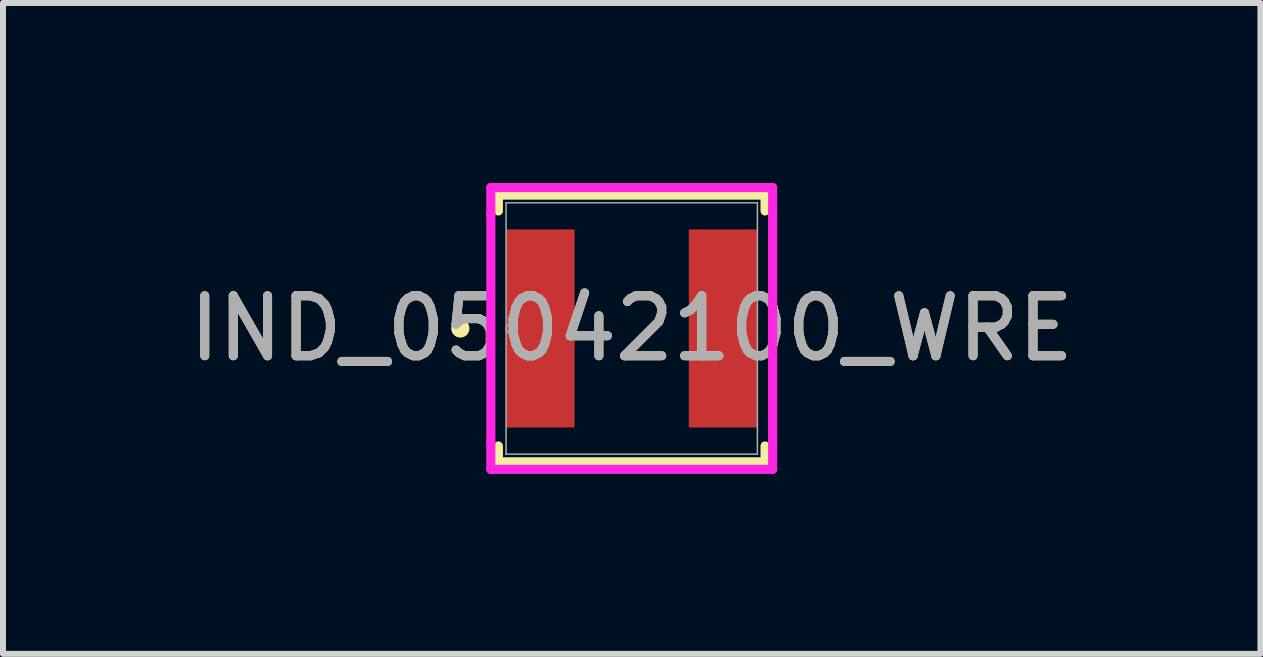
<source format=kicad_pcb>
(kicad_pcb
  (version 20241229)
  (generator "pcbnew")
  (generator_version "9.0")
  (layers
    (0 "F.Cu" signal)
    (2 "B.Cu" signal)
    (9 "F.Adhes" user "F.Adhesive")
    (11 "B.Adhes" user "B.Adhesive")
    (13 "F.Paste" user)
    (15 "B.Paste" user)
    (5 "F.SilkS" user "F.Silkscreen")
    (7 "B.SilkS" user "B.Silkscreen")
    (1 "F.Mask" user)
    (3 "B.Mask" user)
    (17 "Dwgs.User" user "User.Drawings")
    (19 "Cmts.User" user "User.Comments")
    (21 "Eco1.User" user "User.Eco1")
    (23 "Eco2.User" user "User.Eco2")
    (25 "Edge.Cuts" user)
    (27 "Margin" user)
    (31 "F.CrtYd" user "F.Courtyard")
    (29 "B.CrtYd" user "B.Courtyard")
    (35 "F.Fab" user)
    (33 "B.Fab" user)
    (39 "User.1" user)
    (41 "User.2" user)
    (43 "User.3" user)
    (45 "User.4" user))
  (footprint "IND_05042100_WRE"
    (layer "F.Cu")
    (at 7.482 2.426)
    (property "Reference" "IND_05042100_WRE" (at 0 0 0) (unlocked yes) (layer "F.SilkS") (effects (font (size 1 1) (thickness 0.15))))
    (attr smd)
    (fp_line (start -2.223 -2.223) (end -2.223 -1.959) (stroke (width 0.152) (type solid)) (layer "F.SilkS"))
    (fp_line (start -2.223 1.959) (end -2.223 2.223) (stroke (width 0.152) (type solid)) (layer "F.SilkS"))
    (fp_line (start -2.223 2.223) (end 2.223 2.223) (stroke (width 0.152) (type solid)) (layer "F.SilkS"))
    (fp_line (start 2.223 -2.223) (end -2.223 -2.223) (stroke (width 0.152) (type solid)) (layer "F.SilkS"))
    (fp_line (start 2.223 -1.959) (end 2.223 -2.223) (stroke (width 0.152) (type solid)) (layer "F.SilkS"))
    (fp_line (start 2.223 2.223) (end 2.223 1.959) (stroke (width 0.152) (type solid)) (layer "F.SilkS"))
    (fp_circle (center -2.857 0) (end -2.781 0) (stroke (width 0.152) (type solid)) (fill no) (layer "F.SilkS"))
    (fp_line (start -2.349 -2.349) (end 2.349 -2.349) (stroke (width 0.152) (type solid)) (layer "F.CrtYd"))
    (fp_line (start -2.349 -1.905) (end -2.349 -2.349) (stroke (width 0.152) (type solid)) (layer "F.CrtYd"))
    (fp_line (start -2.349 -1.905) (end -2.349 -1.905) (stroke (width 0.152) (type solid)) (layer "F.CrtYd"))
    (fp_line (start -2.349 1.905) (end -2.349 -1.905) (stroke (width 0.152) (type solid)) (layer "F.CrtYd"))
    (fp_line (start -2.349 1.905) (end -2.349 1.905) (stroke (width 0.152) (type solid)) (layer "F.CrtYd"))
    (fp_line (start -2.349 2.349) (end -2.349 1.905) (stroke (width 0.152) (type solid)) (layer "F.CrtYd"))
    (fp_line (start 2.349 -2.349) (end 2.349 -1.905) (stroke (width 0.152) (type solid)) (layer "F.CrtYd"))
    (fp_line (start 2.349 -1.905) (end 2.349 -1.905) (stroke (width 0.152) (type solid)) (layer "F.CrtYd"))
    (fp_line (start 2.349 -1.905) (end 2.349 1.905) (stroke (width 0.152) (type solid)) (layer "F.CrtYd"))
    (fp_line (start 2.349 1.905) (end 2.349 1.905) (stroke (width 0.152) (type solid)) (layer "F.CrtYd"))
    (fp_line (start 2.349 1.905) (end 2.349 2.349) (stroke (width 0.152) (type solid)) (layer "F.CrtYd"))
    (fp_line (start 2.349 2.349) (end -2.349 2.349) (stroke (width 0.152) (type solid)) (layer "F.CrtYd"))
    (fp_line (start -2.095 -2.095) (end -2.095 2.095) (stroke (width 0.025) (type solid)) (layer "F.Fab"))
    (fp_line (start -2.095 2.095) (end 2.095 2.095) (stroke (width 0.025) (type solid)) (layer "F.Fab"))
    (fp_line (start 2.095 -2.095) (end -2.095 -2.095) (stroke (width 0.025) (type solid)) (layer "F.Fab"))
    (fp_line (start 2.095 2.095) (end 2.095 -2.095) (stroke (width 0.025) (type solid)) (layer "F.Fab"))
    (fp_circle (center -2.019 0) (end -1.943 0) (stroke (width 0.025) (type solid)) (fill no) (layer "F.Fab"))
    (fp_text user "${REFERENCE}" (at 0 0 0) (unlocked yes) (layer "F.Fab") (effects (font (size 1 1) (thickness 0.15))))
    (pad "1" smd rect (at -1.524 0) (size 1.143 3.302) (layers "F.Cu" "F.Mask" "F.Paste"))
    (pad "2" smd rect (at 1.524 0) (size 1.143 3.302) (layers "F.Cu" "F.Mask" "F.Paste"))
    (zone (net_name "") (layer "F.Cu") (hatch full 0.508) (connect_pads) (min_thickness 0.254) (filled_areas_thickness no) (keepout (tracks not_allowed) (vias not_allowed) (pads allowed) (copperpour not_allowed) (footprints allowed)) (placement (enabled no)) (fill) (polygon (pts (xy 6.58 0.381) (xy 8.384 0.381) (xy 8.384 4.47) (xy 6.58 4.47)))))
  (gr_rect
    (start -3 -3)
    (end 17.964 7.851)
    (stroke (width 0.1) (type default))
    (fill no)
    (layer "Edge.Cuts")))
</source>
